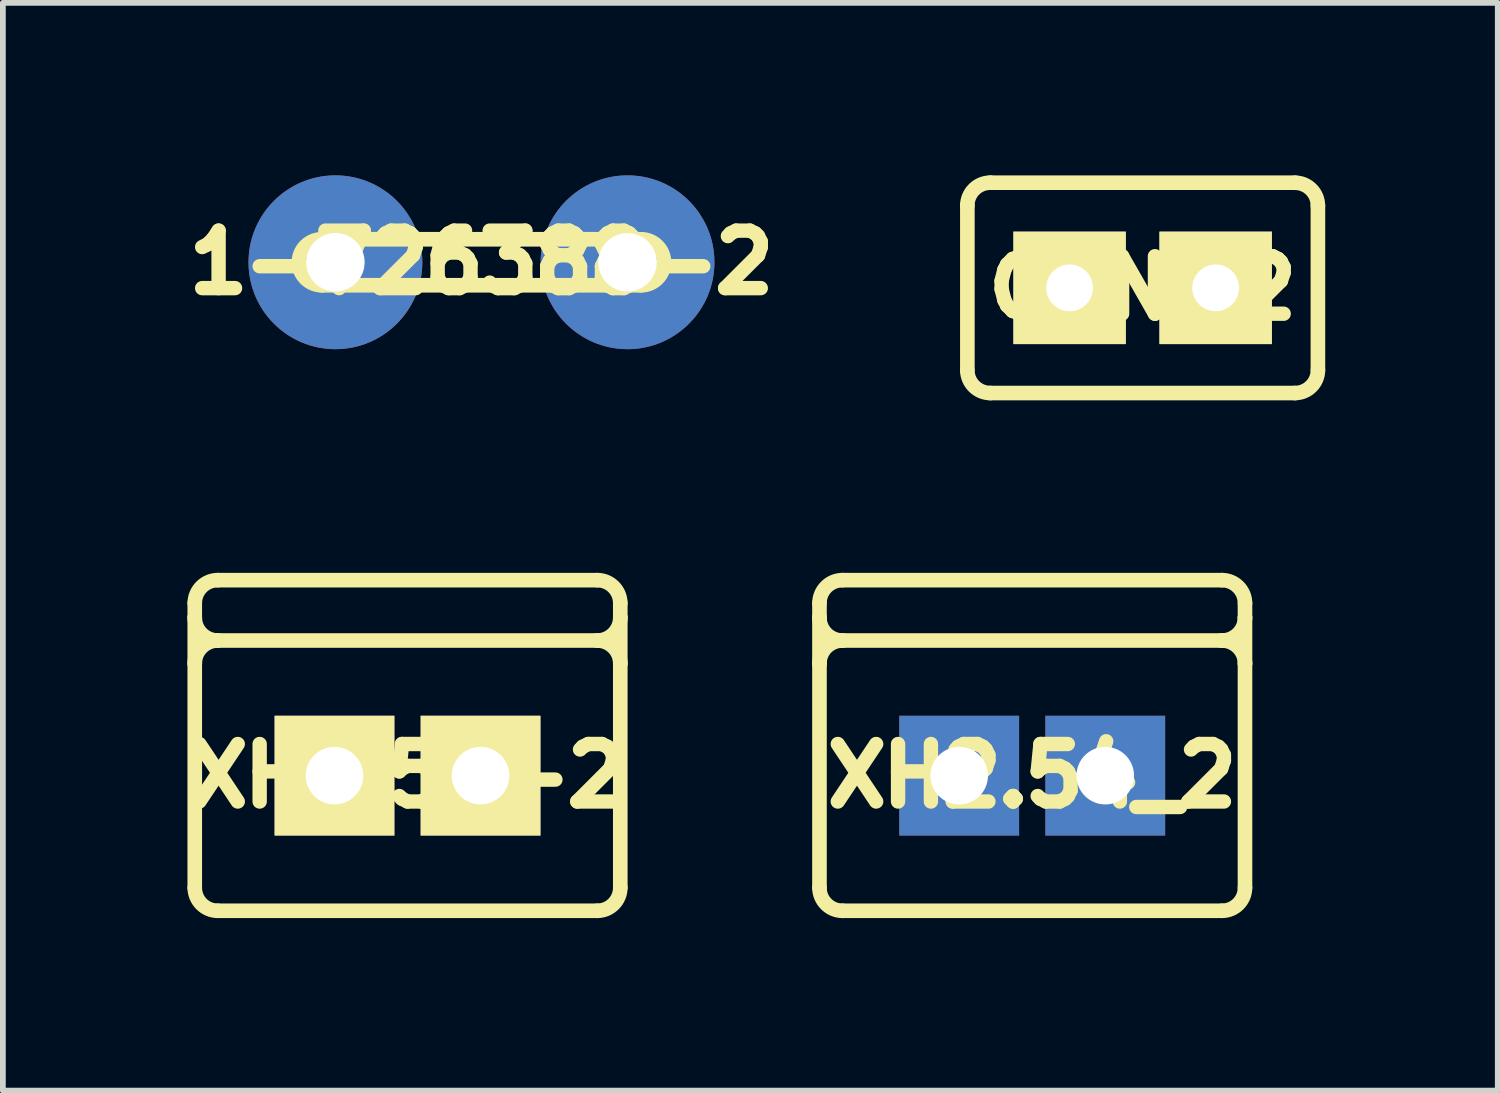
<source format=kicad_pcb>
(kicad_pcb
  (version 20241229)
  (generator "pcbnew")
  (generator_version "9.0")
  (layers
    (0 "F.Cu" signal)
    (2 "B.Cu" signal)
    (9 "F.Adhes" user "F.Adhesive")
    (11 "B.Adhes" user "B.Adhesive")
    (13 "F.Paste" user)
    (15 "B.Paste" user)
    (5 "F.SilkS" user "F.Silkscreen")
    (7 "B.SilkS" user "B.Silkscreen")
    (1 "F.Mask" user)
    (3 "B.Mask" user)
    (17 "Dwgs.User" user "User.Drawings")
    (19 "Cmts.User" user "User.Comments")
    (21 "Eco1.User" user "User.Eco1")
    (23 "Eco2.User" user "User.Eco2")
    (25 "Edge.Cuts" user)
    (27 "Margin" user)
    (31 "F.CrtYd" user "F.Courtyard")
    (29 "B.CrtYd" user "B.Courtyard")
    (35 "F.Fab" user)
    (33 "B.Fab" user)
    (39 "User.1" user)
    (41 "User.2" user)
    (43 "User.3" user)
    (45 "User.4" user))
  (footprint "1-726388-2"
    (layer "F.Cu")
    (at 5.323 1.511)
    (property "Reference" "1-726388-2" (at 0 0 0) (layer "F.SilkS") (effects (font (size 1 1) (thickness 0.25))))
    (attr through_hole)
    (fp_line (start -2.775 0.4) (end 2.775 0.4) (stroke (width 0.254) (type solid)) (layer "F.SilkS"))
    (fp_line (start 2.775 -0.4) (end -2.775 -0.4) (stroke (width 0.254) (type solid)) (layer "F.SilkS"))
    (fp_arc (start -2.775 0.4) (mid -3.175 0) (end -2.775 -0.4) (stroke (width 0.254) (type solid)) (layer "F.SilkS"))
    (fp_arc (start 2.775 -0.4) (mid 3.175 0) (end 2.775 0.4) (stroke (width 0.254) (type solid)) (layer "F.SilkS"))
    (pad "1" thru_hole circle (at -2.54 0) (size 3.023 3.023) (drill 1.016) (layers "*.Cu" "*.Mask"))
    (pad "2" thru_hole circle (at 2.54 0) (size 3.023 3.023) (drill 1.016) (layers "*.Cu" "*.Mask")))
  (footprint "CON-2"
    (layer "F.Cu")
    (at 16.821 1.956)
    (property "Reference" "CON-2" (at 0 0 0) (layer "F.SilkS") (effects (font (size 1 1) (thickness 0.25))))
    (attr through_hole)
    (fp_line (start -3.048 1.429) (end -3.048 -1.429) (stroke (width 0.254) (type solid)) (layer "F.SilkS"))
    (fp_line (start -2.648 1.829) (end 2.648 1.829) (stroke (width 0.254) (type solid)) (layer "F.SilkS"))
    (fp_line (start 2.648 -1.829) (end -2.648 -1.829) (stroke (width 0.254) (type solid)) (layer "F.SilkS"))
    (fp_line (start 3.048 1.429) (end 3.048 -1.429) (stroke (width 0.254) (type solid)) (layer "F.SilkS"))
    (fp_arc (start -3.049 -1.432) (mid -2.930721 -1.71355) (end -2.648 -1.829) (stroke (width 0.254) (type solid)) (layer "F.SilkS"))
    (fp_arc (start -2.648 1.829) (mid -2.930721 1.71355) (end -3.049 1.432) (stroke (width 0.254) (type solid)) (layer "F.SilkS"))
    (fp_arc (start 2.651 -1.828) (mid 2.932136 -1.710721) (end 3.048 -1.429) (stroke (width 0.254) (type solid)) (layer "F.SilkS"))
    (fp_arc (start 3.049 1.432) (mid 2.930721 1.71355) (end 2.648 1.829) (stroke (width 0.254) (type solid)) (layer "F.SilkS"))
    (pad "1" thru_hole rect (at -1.27 0) (size 1.956 1.956) (drill 0.813) (layers "*.Cu" "*.Mask" "F.SilkS"))
    (pad "2" thru_hole rect (at 1.27 0) (size 1.956 1.956) (drill 0.813) (layers "*.Cu" "*.Mask" "F.SilkS")))
  (footprint "XH2.54_2"
    (layer "F.Cu")
    (at 14.901 10.439)
    (property "Reference" "XH2.54_2" (at 0 0 0) (layer "F.SilkS") (effects (font (size 1 1) (thickness 0.25))))
    (attr through_hole)
    (fp_line (start -3.7 -3) (end -3.7 -2.75) (stroke (width 0.254) (type solid)) (layer "F.SilkS"))
    (fp_line (start -3.7 -2.75) (end -3.7 -1.95) (stroke (width 0.254) (type solid)) (layer "F.SilkS"))
    (fp_line (start -3.7 1.95) (end -3.7 -1.95) (stroke (width 0.254) (type solid)) (layer "F.SilkS"))
    (fp_line (start -3.3 -2.35) (end 3.3 -2.35) (stroke (width 0.254) (type solid)) (layer "F.SilkS"))
    (fp_line (start 3.3 -3.4) (end -3.3 -3.4) (stroke (width 0.254) (type solid)) (layer "F.SilkS"))
    (fp_line (start 3.3 2.35) (end -3.3 2.35) (stroke (width 0.254) (type solid)) (layer "F.SilkS"))
    (fp_line (start 3.7 -3) (end 3.7 -2.75) (stroke (width 0.254) (type solid)) (layer "F.SilkS"))
    (fp_line (start 3.7 -2.75) (end 3.7 -1.95) (stroke (width 0.254) (type solid)) (layer "F.SilkS"))
    (fp_line (start 3.7 -1.95) (end 3.7 1.95) (stroke (width 0.254) (type solid)) (layer "F.SilkS"))
    (fp_arc (start -3.7 -3) (mid -3.582843 -3.282843) (end -3.3 -3.4) (stroke (width 0.254) (type solid)) (layer "F.SilkS"))
    (fp_arc (start -3.7 -1.95) (mid -3.582843 -2.232843) (end -3.3 -2.35) (stroke (width 0.254) (type solid)) (layer "F.SilkS"))
    (fp_arc (start -3.3 -2.35) (mid -3.582843 -2.467157) (end -3.7 -2.75) (stroke (width 0.254) (type solid)) (layer "F.SilkS"))
    (fp_arc (start -3.3 2.35) (mid -3.582843 2.232843) (end -3.7 1.95) (stroke (width 0.254) (type solid)) (layer "F.SilkS"))
    (fp_arc (start 3.3 -3.4) (mid 3.582843 -3.282843) (end 3.7 -3) (stroke (width 0.254) (type solid)) (layer "F.SilkS"))
    (fp_arc (start 3.3 -2.35) (mid 3.582843 -2.232843) (end 3.7 -1.95) (stroke (width 0.254) (type solid)) (layer "F.SilkS"))
    (fp_arc (start 3.7 -2.75) (mid 3.582843 -2.467157) (end 3.3 -2.35) (stroke (width 0.254) (type solid)) (layer "F.SilkS"))
    (fp_arc (start 3.7 1.95) (mid 3.582843 2.232843) (end 3.3 2.35) (stroke (width 0.254) (type solid)) (layer "F.SilkS"))
    (pad "1" thru_hole rect (at -1.27 0) (size 2.083 2.083) (drill 1.001) (layers "*.Cu" "*.Mask"))
    (pad "2" thru_hole rect (at 1.27 0) (size 2.083 2.083) (drill 1.001) (layers "*.Cu" "*.Mask")))
  (footprint "XH2.54-2"
    (layer "F.Cu")
    (at 4.037 10.439)
    (property "Reference" "XH2.54-2" (at 0 0 0) (layer "F.SilkS") (effects (font (size 1 1) (thickness 0.25))))
    (attr through_hole)
    (fp_line (start -3.7 -3) (end -3.7 -2.75) (stroke (width 0.254) (type solid)) (layer "F.SilkS"))
    (fp_line (start -3.7 -2.75) (end -3.7 -1.95) (stroke (width 0.254) (type solid)) (layer "F.SilkS"))
    (fp_line (start -3.7 1.95) (end -3.7 -1.95) (stroke (width 0.254) (type solid)) (layer "F.SilkS"))
    (fp_line (start -3.3 -2.35) (end 3.3 -2.35) (stroke (width 0.254) (type solid)) (layer "F.SilkS"))
    (fp_line (start 3.3 -3.4) (end -3.3 -3.4) (stroke (width 0.254) (type solid)) (layer "F.SilkS"))
    (fp_line (start 3.3 2.35) (end -3.3 2.35) (stroke (width 0.254) (type solid)) (layer "F.SilkS"))
    (fp_line (start 3.7 -3) (end 3.7 -2.75) (stroke (width 0.254) (type solid)) (layer "F.SilkS"))
    (fp_line (start 3.7 -2.75) (end 3.7 -1.95) (stroke (width 0.254) (type solid)) (layer "F.SilkS"))
    (fp_line (start 3.7 -1.95) (end 3.7 1.95) (stroke (width 0.254) (type solid)) (layer "F.SilkS"))
    (fp_arc (start -3.7 -3) (mid -3.582843 -3.282843) (end -3.3 -3.4) (stroke (width 0.254) (type solid)) (layer "F.SilkS"))
    (fp_arc (start -3.7 -1.95) (mid -3.582843 -2.232843) (end -3.3 -2.35) (stroke (width 0.254) (type solid)) (layer "F.SilkS"))
    (fp_arc (start -3.3 -2.35) (mid -3.582843 -2.467157) (end -3.7 -2.75) (stroke (width 0.254) (type solid)) (layer "F.SilkS"))
    (fp_arc (start -3.3 2.35) (mid -3.582843 2.232843) (end -3.7 1.95) (stroke (width 0.254) (type solid)) (layer "F.SilkS"))
    (fp_arc (start 3.3 -3.4) (mid 3.582843 -3.282843) (end 3.7 -3) (stroke (width 0.254) (type solid)) (layer "F.SilkS"))
    (fp_arc (start 3.3 -2.35) (mid 3.582843 -2.232843) (end 3.7 -1.95) (stroke (width 0.254) (type solid)) (layer "F.SilkS"))
    (fp_arc (start 3.7 -2.75) (mid 3.582843 -2.467157) (end 3.3 -2.35) (stroke (width 0.254) (type solid)) (layer "F.SilkS"))
    (fp_arc (start 3.7 1.95) (mid 3.582843 2.232843) (end 3.3 2.35) (stroke (width 0.254) (type solid)) (layer "F.SilkS"))
    (pad "1" thru_hole rect (at -1.27 0) (size 2.083 2.083) (drill 1.001) (layers "*.Cu" "*.Mask" "F.SilkS"))
    (pad "2" thru_hole rect (at 1.27 0) (size 2.083 2.083) (drill 1.001) (layers "*.Cu" "*.Mask" "F.SilkS")))
  (gr_rect
    (start -3 -3)
    (end 22.997 15.916)
    (stroke (width 0.1) (type default))
    (fill no)
    (layer "Edge.Cuts")))
</source>
